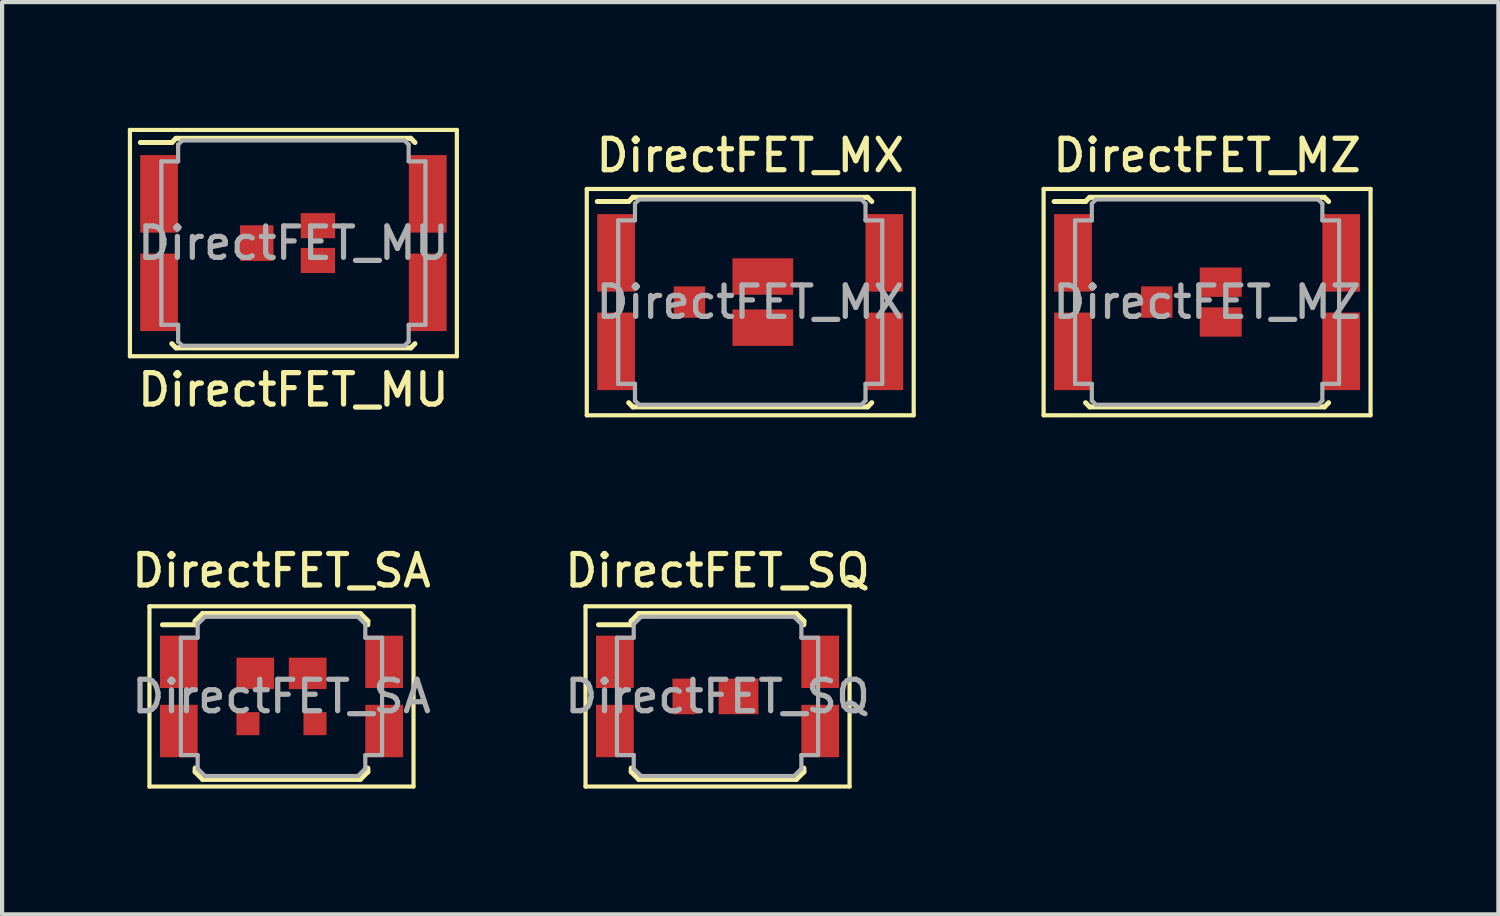
<source format=kicad_pcb>
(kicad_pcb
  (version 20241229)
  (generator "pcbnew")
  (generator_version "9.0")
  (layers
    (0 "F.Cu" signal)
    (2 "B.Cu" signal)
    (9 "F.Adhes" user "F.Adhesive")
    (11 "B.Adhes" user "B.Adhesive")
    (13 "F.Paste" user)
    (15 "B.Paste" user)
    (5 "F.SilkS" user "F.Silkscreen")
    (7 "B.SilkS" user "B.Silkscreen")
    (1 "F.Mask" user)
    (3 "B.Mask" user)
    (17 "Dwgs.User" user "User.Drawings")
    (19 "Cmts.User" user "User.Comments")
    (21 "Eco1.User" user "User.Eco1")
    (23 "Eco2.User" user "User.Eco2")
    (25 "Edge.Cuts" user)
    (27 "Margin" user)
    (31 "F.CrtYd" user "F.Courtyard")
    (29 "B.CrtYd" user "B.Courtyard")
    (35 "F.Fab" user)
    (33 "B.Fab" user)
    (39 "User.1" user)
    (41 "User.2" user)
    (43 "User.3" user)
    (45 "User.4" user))
  (footprint "DirectFET_MU"
    (layer "F.Cu")
    (at 3.95 2.75)
    (property "Reference" "DirectFET_MU" (at 0 3.5 0) (layer "F.SilkS") (effects (font (size 0.75 0.75) (thickness 0.125))))
    (attr smd)
    (fp_line (start -3.9 -2.7) (end -3.9 2.7) (stroke (width 0.1) (type solid)) (layer "F.SilkS"))
    (fp_line (start -3.9 2.7) (end 3.9 2.7) (stroke (width 0.1) (type solid)) (layer "F.SilkS"))
    (fp_line (start -3.65 -2.4) (end -2.9 -2.4) (stroke (width 0.12) (type solid)) (layer "F.SilkS"))
    (fp_line (start -2.9 -2.4) (end -2.8 -2.5) (stroke (width 0.12) (type solid)) (layer "F.SilkS"))
    (fp_line (start -2.8 -2.5) (end 2.8 -2.5) (stroke (width 0.12) (type solid)) (layer "F.SilkS"))
    (fp_line (start -2.8 2.5) (end -2.9 2.4) (stroke (width 0.12) (type solid)) (layer "F.SilkS"))
    (fp_line (start 2.8 -2.5) (end 2.9 -2.4) (stroke (width 0.12) (type solid)) (layer "F.SilkS"))
    (fp_line (start 2.8 2.5) (end -2.8 2.5) (stroke (width 0.12) (type solid)) (layer "F.SilkS"))
    (fp_line (start 2.9 2.4) (end 2.8 2.5) (stroke (width 0.12) (type solid)) (layer "F.SilkS"))
    (fp_line (start 3.9 -2.7) (end -3.9 -2.7) (stroke (width 0.1) (type solid)) (layer "F.SilkS"))
    (fp_line (start 3.9 2.7) (end 3.9 -2.7) (stroke (width 0.1) (type solid)) (layer "F.SilkS"))
    (fp_line (start -3.15 -1.95) (end -2.75 -1.95) (stroke (width 0.1) (type solid)) (layer "F.Fab"))
    (fp_line (start -3.15 1.95) (end -3.15 -1.95) (stroke (width 0.1) (type solid)) (layer "F.Fab"))
    (fp_line (start -3.15 1.95) (end -2.75 1.95) (stroke (width 0.1) (type solid)) (layer "F.Fab"))
    (fp_line (start -2.75 -2.35) (end -2.65 -2.45) (stroke (width 0.1) (type solid)) (layer "F.Fab"))
    (fp_line (start -2.75 -1.95) (end -2.75 -2.35) (stroke (width 0.1) (type solid)) (layer "F.Fab"))
    (fp_line (start -2.75 1.95) (end -2.75 2.35) (stroke (width 0.1) (type solid)) (layer "F.Fab"))
    (fp_line (start -2.75 2.35) (end -2.65 2.45) (stroke (width 0.1) (type solid)) (layer "F.Fab"))
    (fp_line (start -2.65 2.45) (end 2.65 2.45) (stroke (width 0.1) (type solid)) (layer "F.Fab"))
    (fp_line (start 2.65 -2.45) (end -2.65 -2.45) (stroke (width 0.1) (type solid)) (layer "F.Fab"))
    (fp_line (start 2.65 -2.45) (end 2.75 -2.35) (stroke (width 0.1) (type solid)) (layer "F.Fab"))
    (fp_line (start 2.75 -2.35) (end 2.75 -1.95) (stroke (width 0.1) (type solid)) (layer "F.Fab"))
    (fp_line (start 2.75 -1.95) (end 3.15 -1.95) (stroke (width 0.1) (type solid)) (layer "F.Fab"))
    (fp_line (start 2.75 1.95) (end 2.75 2.35) (stroke (width 0.1) (type solid)) (layer "F.Fab"))
    (fp_line (start 2.75 2.35) (end 2.65 2.45) (stroke (width 0.1) (type solid)) (layer "F.Fab"))
    (fp_line (start 3.15 -1.95) (end 3.15 1.95) (stroke (width 0.1) (type solid)) (layer "F.Fab"))
    (fp_line (start 3.15 1.95) (end 2.75 1.95) (stroke (width 0.1) (type solid)) (layer "F.Fab"))
    (fp_text user "${REFERENCE}" (at 0 0 0) (layer "F.Fab") (effects (font (size 0.75 0.75) (thickness 0.125))))
    (pad "1" smd rect (at -3.205 -1.175) (size 0.9 1.85) (layers "F.Cu" "F.Mask" "F.Paste"))
    (pad "1" smd rect (at -3.205 1.175) (size 0.9 1.85) (layers "F.Cu" "F.Mask" "F.Paste"))
    (pad "1" smd rect (at 3.205 -1.175) (size 0.9 1.85) (layers "F.Cu" "F.Mask" "F.Paste"))
    (pad "1" smd rect (at 3.205 1.175) (size 0.9 1.85) (layers "F.Cu" "F.Mask" "F.Paste"))
    (pad "2" smd rect (at -0.875 0) (size 0.8 0.85) (layers "F.Cu" "F.Mask" "F.Paste"))
    (pad "3" smd rect (at 0.585 -0.415) (size 0.82 0.6) (layers "F.Cu" "F.Mask" "F.Paste"))
    (pad "3" smd rect (at 0.585 0.415) (size 0.82 0.6) (layers "F.Cu" "F.Mask" "F.Paste")))
  (footprint "DirectFET_SA"
    (layer "F.Cu")
    (at 3.666 13.566)
    (property "Reference" "DirectFET_SA" (at 0 -3 0) (layer "F.SilkS") (effects (font (size 0.75 0.75) (thickness 0.125))))
    (attr smd)
    (fp_line (start -3.15 -2.15) (end -3.15 2.15) (stroke (width 0.1) (type solid)) (layer "F.SilkS"))
    (fp_line (start -3.15 -2.15) (end 3.15 -2.15) (stroke (width 0.1) (type solid)) (layer "F.SilkS"))
    (fp_line (start -3.15 2.15) (end 3.15 2.15) (stroke (width 0.1) (type solid)) (layer "F.SilkS"))
    (fp_line (start -2.84 -1.71) (end -2.06 -1.71) (stroke (width 0.12) (type solid)) (layer "F.SilkS"))
    (fp_line (start -2.06 -1.8) (end -1.88 -1.98) (stroke (width 0.12) (type solid)) (layer "F.SilkS"))
    (fp_line (start -2.06 -1.71) (end -2.06 -1.8) (stroke (width 0.12) (type solid)) (layer "F.SilkS"))
    (fp_line (start -2.06 1.71) (end -2.06 1.8) (stroke (width 0.12) (type solid)) (layer "F.SilkS"))
    (fp_line (start -2.06 1.8) (end -1.88 1.98) (stroke (width 0.12) (type solid)) (layer "F.SilkS"))
    (fp_line (start -1.88 -1.98) (end 1.88 -1.98) (stroke (width 0.12) (type solid)) (layer "F.SilkS"))
    (fp_line (start -1.88 1.98) (end 1.88 1.98) (stroke (width 0.12) (type solid)) (layer "F.SilkS"))
    (fp_line (start 2.06 -1.8) (end 1.88 -1.98) (stroke (width 0.12) (type solid)) (layer "F.SilkS"))
    (fp_line (start 2.06 -1.71) (end 2.06 -1.8) (stroke (width 0.12) (type solid)) (layer "F.SilkS"))
    (fp_line (start 2.06 1.71) (end 2.06 1.8) (stroke (width 0.12) (type solid)) (layer "F.SilkS"))
    (fp_line (start 2.06 1.8) (end 1.88 1.98) (stroke (width 0.12) (type solid)) (layer "F.SilkS"))
    (fp_line (start 3.15 -2.15) (end 3.15 2.15) (stroke (width 0.1) (type solid)) (layer "F.SilkS"))
    (fp_line (start -2.4 -1.4) (end -2 -1.4) (stroke (width 0.1) (type solid)) (layer "F.Fab"))
    (fp_line (start -2.4 1.4) (end -2.4 -1.4) (stroke (width 0.1) (type solid)) (layer "F.Fab"))
    (fp_line (start -2.4 1.4) (end -2 1.4) (stroke (width 0.1) (type solid)) (layer "F.Fab"))
    (fp_line (start -2 -1.725) (end -1.825 -1.9) (stroke (width 0.1) (type solid)) (layer "F.Fab"))
    (fp_line (start -2 -1.4) (end -2 -1.75) (stroke (width 0.1) (type solid)) (layer "F.Fab"))
    (fp_line (start -2 1.4) (end -2 1.725) (stroke (width 0.1) (type solid)) (layer "F.Fab"))
    (fp_line (start -2 1.725) (end -1.825 1.9) (stroke (width 0.1) (type solid)) (layer "F.Fab"))
    (fp_line (start -1.825 -1.9) (end 1.825 -1.9) (stroke (width 0.1) (type solid)) (layer "F.Fab"))
    (fp_line (start -1.825 1.9) (end 1.825 1.9) (stroke (width 0.1) (type solid)) (layer "F.Fab"))
    (fp_line (start 1.825 -1.9) (end 2 -1.725) (stroke (width 0.1) (type solid)) (layer "F.Fab"))
    (fp_line (start 1.825 1.9) (end 2 1.725) (stroke (width 0.1) (type solid)) (layer "F.Fab"))
    (fp_line (start 2 -1.4) (end 2 -1.725) (stroke (width 0.1) (type solid)) (layer "F.Fab"))
    (fp_line (start 2 1.4) (end 2 1.725) (stroke (width 0.1) (type solid)) (layer "F.Fab"))
    (fp_line (start 2.4 -1.4) (end 2 -1.4) (stroke (width 0.1) (type solid)) (layer "F.Fab"))
    (fp_line (start 2.4 1.4) (end 2 1.4) (stroke (width 0.1) (type solid)) (layer "F.Fab"))
    (fp_line (start 2.4 1.4) (end 2.4 -1.4) (stroke (width 0.1) (type solid)) (layer "F.Fab"))
    (fp_text user "${REFERENCE}" (at 0 0 0) (layer "F.Fab") (effects (font (size 0.75 0.75) (thickness 0.125))))
    (pad "1" smd rect (at -2.45 -0.825) (size 0.9 1.25) (layers "F.Cu" "F.Mask" "F.Paste"))
    (pad "1" smd rect (at -2.45 0.825) (size 0.9 1.25) (layers "F.Cu" "F.Mask" "F.Paste"))
    (pad "1" smd rect (at 2.45 -0.825) (size 0.9 1.25) (layers "F.Cu" "F.Mask" "F.Paste"))
    (pad "1" smd rect (at 2.45 0.825) (size 0.9 1.25) (layers "F.Cu" "F.Mask" "F.Paste"))
    (pad "2" smd rect (at -0.8 0.65) (size 0.55 0.55) (layers "F.Cu" "F.Mask" "F.Paste"))
    (pad "2" smd rect (at 0.8 0.65) (size 0.55 0.55) (layers "F.Cu" "F.Mask" "F.Paste"))
    (pad "3" smd rect (at -0.625 -0.55) (size 0.9 0.75) (layers "F.Cu" "F.Mask" "F.Paste"))
    (pad "3" smd rect (at 0.625 -0.55) (size 0.9 0.75) (layers "F.Cu" "F.Mask" "F.Paste")))
  (footprint "DirectFET_SQ"
    (layer "F.Cu")
    (at 14.07 13.566)
    (property "Reference" "DirectFET_SQ" (at 0 -3 0) (layer "F.SilkS") (effects (font (size 0.75 0.75) (thickness 0.125))))
    (attr smd)
    (fp_line (start -3.15 -2.15) (end -3.15 2.15) (stroke (width 0.1) (type solid)) (layer "F.SilkS"))
    (fp_line (start -3.15 -2.15) (end 3.15 -2.15) (stroke (width 0.1) (type solid)) (layer "F.SilkS"))
    (fp_line (start -3.15 2.15) (end 3.15 2.15) (stroke (width 0.1) (type solid)) (layer "F.SilkS"))
    (fp_line (start -2.84 -1.71) (end -2.06 -1.71) (stroke (width 0.12) (type solid)) (layer "F.SilkS"))
    (fp_line (start -2.06 -1.8) (end -1.88 -1.98) (stroke (width 0.12) (type solid)) (layer "F.SilkS"))
    (fp_line (start -2.06 -1.71) (end -2.06 -1.8) (stroke (width 0.12) (type solid)) (layer "F.SilkS"))
    (fp_line (start -2.06 1.71) (end -2.06 1.8) (stroke (width 0.12) (type solid)) (layer "F.SilkS"))
    (fp_line (start -2.06 1.8) (end -1.88 1.98) (stroke (width 0.12) (type solid)) (layer "F.SilkS"))
    (fp_line (start -1.88 -1.98) (end 1.88 -1.98) (stroke (width 0.12) (type solid)) (layer "F.SilkS"))
    (fp_line (start -1.88 1.98) (end 1.88 1.98) (stroke (width 0.12) (type solid)) (layer "F.SilkS"))
    (fp_line (start 2.06 -1.8) (end 1.88 -1.98) (stroke (width 0.12) (type solid)) (layer "F.SilkS"))
    (fp_line (start 2.06 -1.71) (end 2.06 -1.8) (stroke (width 0.12) (type solid)) (layer "F.SilkS"))
    (fp_line (start 2.06 1.71) (end 2.06 1.8) (stroke (width 0.12) (type solid)) (layer "F.SilkS"))
    (fp_line (start 2.06 1.8) (end 1.88 1.98) (stroke (width 0.12) (type solid)) (layer "F.SilkS"))
    (fp_line (start 3.15 -2.15) (end 3.15 2.15) (stroke (width 0.1) (type solid)) (layer "F.SilkS"))
    (fp_line (start -2.4 -1.4) (end -2 -1.4) (stroke (width 0.1) (type solid)) (layer "F.Fab"))
    (fp_line (start -2.4 1.4) (end -2.4 -1.4) (stroke (width 0.1) (type solid)) (layer "F.Fab"))
    (fp_line (start -2.4 1.4) (end -2 1.4) (stroke (width 0.1) (type solid)) (layer "F.Fab"))
    (fp_line (start -2 -1.725) (end -1.825 -1.9) (stroke (width 0.1) (type solid)) (layer "F.Fab"))
    (fp_line (start -2 -1.4) (end -2 -1.725) (stroke (width 0.1) (type solid)) (layer "F.Fab"))
    (fp_line (start -2 1.4) (end -2 1.725) (stroke (width 0.1) (type solid)) (layer "F.Fab"))
    (fp_line (start -2 1.725) (end -1.825 1.9) (stroke (width 0.1) (type solid)) (layer "F.Fab"))
    (fp_line (start -1.825 -1.9) (end 1.825 -1.9) (stroke (width 0.1) (type solid)) (layer "F.Fab"))
    (fp_line (start -1.825 1.9) (end 1.825 1.9) (stroke (width 0.1) (type solid)) (layer "F.Fab"))
    (fp_line (start 1.825 -1.9) (end 2 -1.725) (stroke (width 0.1) (type solid)) (layer "F.Fab"))
    (fp_line (start 1.825 1.9) (end 2 1.725) (stroke (width 0.1) (type solid)) (layer "F.Fab"))
    (fp_line (start 2 -1.4) (end 2 -1.725) (stroke (width 0.1) (type solid)) (layer "F.Fab"))
    (fp_line (start 2 1.4) (end 2 1.725) (stroke (width 0.1) (type solid)) (layer "F.Fab"))
    (fp_line (start 2.4 -1.4) (end 2 -1.4) (stroke (width 0.1) (type solid)) (layer "F.Fab"))
    (fp_line (start 2.4 1.4) (end 2 1.4) (stroke (width 0.1) (type solid)) (layer "F.Fab"))
    (fp_line (start 2.4 1.4) (end 2.4 -1.4) (stroke (width 0.1) (type solid)) (layer "F.Fab"))
    (fp_text user "${REFERENCE}" (at 0 0 0) (layer "F.Fab") (effects (font (size 0.75 0.75) (thickness 0.125))))
    (pad "1" smd rect (at -2.45 -0.825) (size 0.9 1.25) (layers "F.Cu" "F.Mask" "F.Paste"))
    (pad "1" smd rect (at -2.45 0.825) (size 0.9 1.25) (layers "F.Cu" "F.Mask" "F.Paste"))
    (pad "1" smd rect (at 2.45 -0.825) (size 0.9 1.25) (layers "F.Cu" "F.Mask" "F.Paste"))
    (pad "1" smd rect (at 2.45 0.825) (size 0.9 1.25) (layers "F.Cu" "F.Mask" "F.Paste"))
    (pad "2" smd rect (at -0.8 0) (size 0.55 0.85) (layers "F.Cu" "F.Mask" "F.Paste"))
    (pad "3" smd rect (at 0.5 0) (size 0.95 0.85) (layers "F.Cu" "F.Mask" "F.Paste")))
  (footprint "DirectFET_MZ"
    (layer "F.Cu")
    (at 25.75 4.158)
    (property "Reference" "DirectFET_MZ" (at 0 -3.5 0) (layer "F.SilkS") (effects (font (size 0.75 0.75) (thickness 0.125))))
    (attr smd)
    (fp_line (start -3.9 -2.7) (end -3.9 2.7) (stroke (width 0.1) (type solid)) (layer "F.SilkS"))
    (fp_line (start -3.9 2.7) (end 3.9 2.7) (stroke (width 0.1) (type solid)) (layer "F.SilkS"))
    (fp_line (start -3.65 -2.4) (end -2.9 -2.4) (stroke (width 0.12) (type solid)) (layer "F.SilkS"))
    (fp_line (start -2.9 -2.4) (end -2.8 -2.5) (stroke (width 0.12) (type solid)) (layer "F.SilkS"))
    (fp_line (start -2.8 -2.5) (end 2.8 -2.5) (stroke (width 0.12) (type solid)) (layer "F.SilkS"))
    (fp_line (start -2.8 2.5) (end -2.9 2.4) (stroke (width 0.12) (type solid)) (layer "F.SilkS"))
    (fp_line (start 2.8 -2.5) (end 2.9 -2.4) (stroke (width 0.12) (type solid)) (layer "F.SilkS"))
    (fp_line (start 2.8 2.5) (end -2.8 2.5) (stroke (width 0.12) (type solid)) (layer "F.SilkS"))
    (fp_line (start 2.9 2.4) (end 2.8 2.5) (stroke (width 0.12) (type solid)) (layer "F.SilkS"))
    (fp_line (start 3.9 -2.7) (end -3.9 -2.7) (stroke (width 0.1) (type solid)) (layer "F.SilkS"))
    (fp_line (start 3.9 2.7) (end 3.9 -2.7) (stroke (width 0.1) (type solid)) (layer "F.SilkS"))
    (fp_line (start -3.15 -1.95) (end -2.75 -1.95) (stroke (width 0.1) (type solid)) (layer "F.Fab"))
    (fp_line (start -3.15 1.95) (end -3.15 -1.95) (stroke (width 0.1) (type solid)) (layer "F.Fab"))
    (fp_line (start -3.15 1.95) (end -2.75 1.95) (stroke (width 0.1) (type solid)) (layer "F.Fab"))
    (fp_line (start -2.75 -2.35) (end -2.65 -2.45) (stroke (width 0.1) (type solid)) (layer "F.Fab"))
    (fp_line (start -2.75 -1.95) (end -2.75 -2.35) (stroke (width 0.1) (type solid)) (layer "F.Fab"))
    (fp_line (start -2.75 1.95) (end -2.75 2.35) (stroke (width 0.1) (type solid)) (layer "F.Fab"))
    (fp_line (start -2.75 2.35) (end -2.65 2.45) (stroke (width 0.1) (type solid)) (layer "F.Fab"))
    (fp_line (start -2.65 2.45) (end 2.65 2.45) (stroke (width 0.1) (type solid)) (layer "F.Fab"))
    (fp_line (start 2.65 -2.45) (end -2.65 -2.45) (stroke (width 0.1) (type solid)) (layer "F.Fab"))
    (fp_line (start 2.65 -2.45) (end 2.75 -2.35) (stroke (width 0.1) (type solid)) (layer "F.Fab"))
    (fp_line (start 2.75 -2.35) (end 2.75 -1.95) (stroke (width 0.1) (type solid)) (layer "F.Fab"))
    (fp_line (start 2.75 -1.95) (end 3.15 -1.95) (stroke (width 0.1) (type solid)) (layer "F.Fab"))
    (fp_line (start 2.75 1.95) (end 2.75 2.35) (stroke (width 0.1) (type solid)) (layer "F.Fab"))
    (fp_line (start 2.75 2.35) (end 2.65 2.45) (stroke (width 0.1) (type solid)) (layer "F.Fab"))
    (fp_line (start 3.15 -1.95) (end 3.15 1.95) (stroke (width 0.1) (type solid)) (layer "F.Fab"))
    (fp_line (start 3.15 1.95) (end 2.75 1.95) (stroke (width 0.1) (type solid)) (layer "F.Fab"))
    (fp_text user "${REFERENCE}" (at 0 0 0) (layer "F.Fab") (effects (font (size 0.75 0.75) (thickness 0.125))))
    (pad "1" smd rect (at -3.2 -1.175) (size 0.9 1.85) (layers "F.Cu" "F.Mask" "F.Paste"))
    (pad "1" smd rect (at -3.2 1.175) (size 0.9 1.85) (layers "F.Cu" "F.Mask" "F.Paste"))
    (pad "1" smd rect (at 3.2 -1.175) (size 0.9 1.85) (layers "F.Cu" "F.Mask" "F.Paste"))
    (pad "1" smd rect (at 3.2 1.175) (size 0.9 1.85) (layers "F.Cu" "F.Mask" "F.Paste"))
    (pad "2" smd rect (at -1.2 0) (size 0.75 0.75) (layers "F.Cu" "F.Mask" "F.Paste"))
    (pad "3" smd rect (at 0.325 -0.475) (size 1 0.7) (layers "F.Cu" "F.Mask" "F.Paste"))
    (pad "3" smd rect (at 0.325 0.475) (size 1 0.7) (layers "F.Cu" "F.Mask" "F.Paste")))
  (footprint "DirectFET_MX"
    (layer "F.Cu")
    (at 14.85 4.158)
    (property "Reference" "DirectFET_MX" (at 0 -3.5 0) (layer "F.SilkS") (effects (font (size 0.75 0.75) (thickness 0.125))))
    (attr smd)
    (fp_line (start -3.9 -2.7) (end -3.9 2.7) (stroke (width 0.1) (type solid)) (layer "F.SilkS"))
    (fp_line (start -3.9 2.7) (end 3.9 2.7) (stroke (width 0.1) (type solid)) (layer "F.SilkS"))
    (fp_line (start -3.65 -2.4) (end -2.9 -2.4) (stroke (width 0.12) (type solid)) (layer "F.SilkS"))
    (fp_line (start -2.9 -2.4) (end -2.8 -2.5) (stroke (width 0.12) (type solid)) (layer "F.SilkS"))
    (fp_line (start -2.8 -2.5) (end 2.8 -2.5) (stroke (width 0.12) (type solid)) (layer "F.SilkS"))
    (fp_line (start -2.8 2.5) (end -2.9 2.4) (stroke (width 0.12) (type solid)) (layer "F.SilkS"))
    (fp_line (start 2.8 -2.5) (end 2.9 -2.4) (stroke (width 0.12) (type solid)) (layer "F.SilkS"))
    (fp_line (start 2.8 2.5) (end -2.8 2.5) (stroke (width 0.12) (type solid)) (layer "F.SilkS"))
    (fp_line (start 2.9 2.4) (end 2.8 2.5) (stroke (width 0.12) (type solid)) (layer "F.SilkS"))
    (fp_line (start 3.9 -2.7) (end -3.9 -2.7) (stroke (width 0.1) (type solid)) (layer "F.SilkS"))
    (fp_line (start 3.9 2.7) (end 3.9 -2.7) (stroke (width 0.1) (type solid)) (layer "F.SilkS"))
    (fp_line (start -3.15 -1.95) (end -2.75 -1.95) (stroke (width 0.1) (type solid)) (layer "F.Fab"))
    (fp_line (start -3.15 1.95) (end -3.15 -1.95) (stroke (width 0.1) (type solid)) (layer "F.Fab"))
    (fp_line (start -3.15 1.95) (end -2.75 1.95) (stroke (width 0.1) (type solid)) (layer "F.Fab"))
    (fp_line (start -2.75 -2.35) (end -2.65 -2.45) (stroke (width 0.1) (type solid)) (layer "F.Fab"))
    (fp_line (start -2.75 -1.95) (end -2.75 -2.35) (stroke (width 0.1) (type solid)) (layer "F.Fab"))
    (fp_line (start -2.75 1.95) (end -2.75 2.35) (stroke (width 0.1) (type solid)) (layer "F.Fab"))
    (fp_line (start -2.75 2.35) (end -2.65 2.45) (stroke (width 0.1) (type solid)) (layer "F.Fab"))
    (fp_line (start -2.65 2.45) (end 2.65 2.45) (stroke (width 0.1) (type solid)) (layer "F.Fab"))
    (fp_line (start 2.65 -2.45) (end -2.65 -2.45) (stroke (width 0.1) (type solid)) (layer "F.Fab"))
    (fp_line (start 2.65 -2.45) (end 2.75 -2.35) (stroke (width 0.1) (type solid)) (layer "F.Fab"))
    (fp_line (start 2.75 -2.35) (end 2.75 -1.95) (stroke (width 0.1) (type solid)) (layer "F.Fab"))
    (fp_line (start 2.75 -1.95) (end 3.15 -1.95) (stroke (width 0.1) (type solid)) (layer "F.Fab"))
    (fp_line (start 2.75 1.95) (end 2.75 2.35) (stroke (width 0.1) (type solid)) (layer "F.Fab"))
    (fp_line (start 2.75 2.35) (end 2.65 2.45) (stroke (width 0.1) (type solid)) (layer "F.Fab"))
    (fp_line (start 3.15 -1.95) (end 3.15 1.95) (stroke (width 0.1) (type solid)) (layer "F.Fab"))
    (fp_line (start 3.15 1.95) (end 2.75 1.95) (stroke (width 0.1) (type solid)) (layer "F.Fab"))
    (fp_text user "${REFERENCE}" (at 0 0 0) (layer "F.Fab") (effects (font (size 0.75 0.75) (thickness 0.125))))
    (pad "1" smd rect (at -3.2 -1.175) (size 0.9 1.85) (layers "F.Cu" "F.Mask" "F.Paste"))
    (pad "1" smd rect (at -3.2 1.175) (size 0.9 1.85) (layers "F.Cu" "F.Mask" "F.Paste"))
    (pad "1" smd rect (at 3.2 -1.175) (size 0.9 1.85) (layers "F.Cu" "F.Mask" "F.Paste"))
    (pad "1" smd rect (at 3.2 1.175) (size 0.9 1.85) (layers "F.Cu" "F.Mask" "F.Paste"))
    (pad "2" smd rect (at -1.45 0) (size 0.75 0.75) (layers "F.Cu" "F.Mask" "F.Paste"))
    (pad "3" smd rect (at 0.3 -0.61) (size 1.45 0.87) (layers "F.Cu" "F.Mask" "F.Paste"))
    (pad "3" smd rect (at 0.3 0.61) (size 1.45 0.87) (layers "F.Cu" "F.Mask" "F.Paste")))
  (gr_rect
    (start -3 -3)
    (end 32.7 18.766)
    (stroke (width 0.1) (type default))
    (fill no)
    (layer "Edge.Cuts")))
</source>
